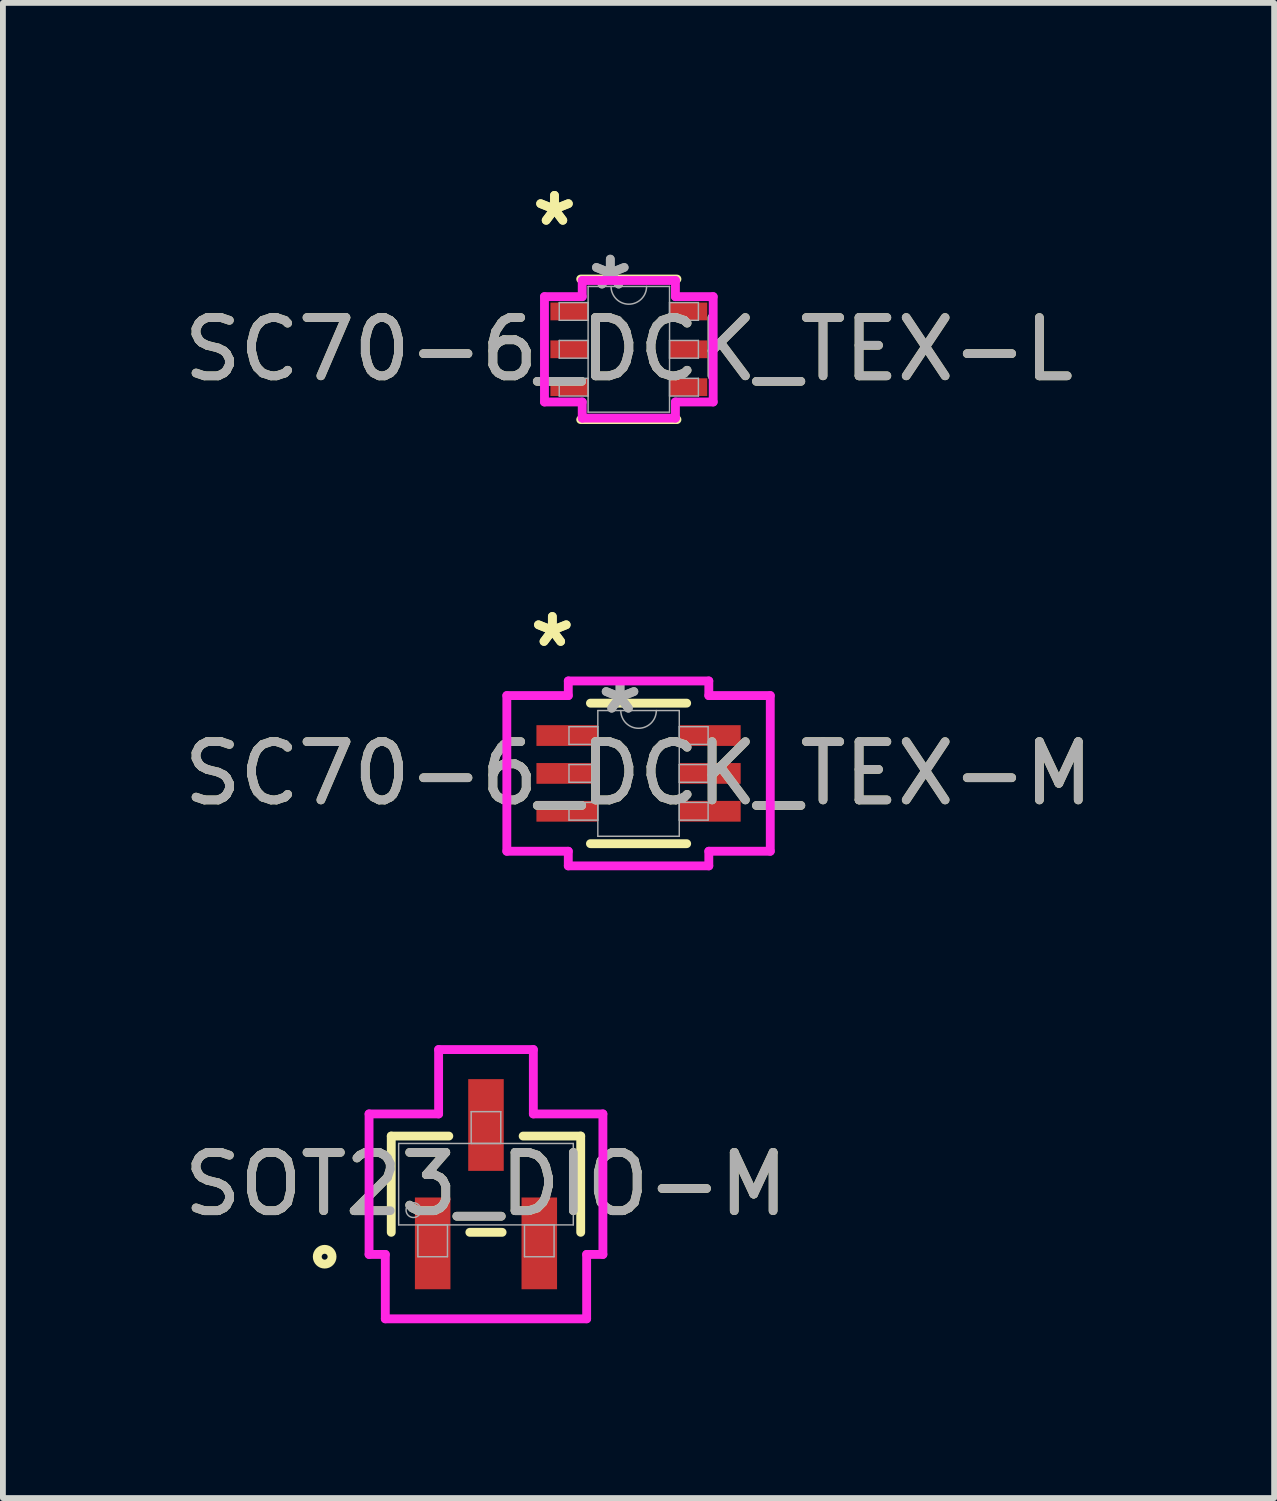
<source format=kicad_pcb>
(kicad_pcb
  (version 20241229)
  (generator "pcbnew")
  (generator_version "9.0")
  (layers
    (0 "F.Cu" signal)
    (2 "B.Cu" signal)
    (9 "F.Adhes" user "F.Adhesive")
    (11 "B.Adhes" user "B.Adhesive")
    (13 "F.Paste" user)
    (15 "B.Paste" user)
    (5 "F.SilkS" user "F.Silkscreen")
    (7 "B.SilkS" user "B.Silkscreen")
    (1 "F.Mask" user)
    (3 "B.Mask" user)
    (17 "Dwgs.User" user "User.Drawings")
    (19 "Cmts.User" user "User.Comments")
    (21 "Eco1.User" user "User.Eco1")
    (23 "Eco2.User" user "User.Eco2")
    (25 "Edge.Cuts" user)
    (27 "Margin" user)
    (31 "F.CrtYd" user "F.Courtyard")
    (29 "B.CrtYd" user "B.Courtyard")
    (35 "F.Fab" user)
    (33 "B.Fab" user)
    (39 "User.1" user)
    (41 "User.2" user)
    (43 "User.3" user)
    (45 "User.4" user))
  (footprint "SC70-6_DCK_TEX-M"
    (layer "F.Cu")
    (at 7.911 10.226)
    (property "Reference" "SC70-6_DCK_TEX-M" (at 0 0 0) (unlocked yes) (layer "F.SilkS") (effects (font (size 1 1) (thickness 0.15))))
    (attr smd)
    (fp_line (start -0.826 1.206) (end 0.826 1.206) (stroke (width 0.152) (type solid)) (layer "F.SilkS"))
    (fp_line (start 0.826 -1.206) (end -0.826 -1.206) (stroke (width 0.152) (type solid)) (layer "F.SilkS"))
    (fp_line (start -2.261 -1.336) (end -1.206 -1.336) (stroke (width 0.152) (type solid)) (layer "F.CrtYd"))
    (fp_line (start -2.261 1.336) (end -2.261 -1.336) (stroke (width 0.152) (type solid)) (layer "F.CrtYd"))
    (fp_line (start -2.261 1.336) (end -1.206 1.336) (stroke (width 0.152) (type solid)) (layer "F.CrtYd"))
    (fp_line (start -1.206 -1.587) (end 1.206 -1.587) (stroke (width 0.152) (type solid)) (layer "F.CrtYd"))
    (fp_line (start -1.206 -1.336) (end -1.206 -1.587) (stroke (width 0.152) (type solid)) (layer "F.CrtYd"))
    (fp_line (start -1.206 1.587) (end -1.206 1.336) (stroke (width 0.152) (type solid)) (layer "F.CrtYd"))
    (fp_line (start 1.206 -1.587) (end 1.206 -1.336) (stroke (width 0.152) (type solid)) (layer "F.CrtYd"))
    (fp_line (start 1.206 1.336) (end 1.206 1.587) (stroke (width 0.152) (type solid)) (layer "F.CrtYd"))
    (fp_line (start 1.206 1.587) (end -1.206 1.587) (stroke (width 0.152) (type solid)) (layer "F.CrtYd"))
    (fp_line (start 2.261 -1.336) (end 1.206 -1.336) (stroke (width 0.152) (type solid)) (layer "F.CrtYd"))
    (fp_line (start 2.261 -1.336) (end 2.261 1.336) (stroke (width 0.152) (type solid)) (layer "F.CrtYd"))
    (fp_line (start 2.261 1.336) (end 1.206 1.336) (stroke (width 0.152) (type solid)) (layer "F.CrtYd"))
    (fp_line (start -1.194 -0.802) (end -1.194 -0.498) (stroke (width 0.025) (type solid)) (layer "F.Fab"))
    (fp_line (start -1.194 -0.498) (end -0.699 -0.498) (stroke (width 0.025) (type solid)) (layer "F.Fab"))
    (fp_line (start -1.194 -0.152) (end -1.194 0.152) (stroke (width 0.025) (type solid)) (layer "F.Fab"))
    (fp_line (start -1.194 0.152) (end -0.699 0.152) (stroke (width 0.025) (type solid)) (layer "F.Fab"))
    (fp_line (start -1.194 0.498) (end -1.194 0.802) (stroke (width 0.025) (type solid)) (layer "F.Fab"))
    (fp_line (start -1.194 0.802) (end -0.699 0.802) (stroke (width 0.025) (type solid)) (layer "F.Fab"))
    (fp_line (start -0.699 -1.079) (end -0.699 1.079) (stroke (width 0.025) (type solid)) (layer "F.Fab"))
    (fp_line (start -0.699 -0.802) (end -1.194 -0.802) (stroke (width 0.025) (type solid)) (layer "F.Fab"))
    (fp_line (start -0.699 -0.498) (end -0.699 -0.802) (stroke (width 0.025) (type solid)) (layer "F.Fab"))
    (fp_line (start -0.699 -0.152) (end -1.194 -0.152) (stroke (width 0.025) (type solid)) (layer "F.Fab"))
    (fp_line (start -0.699 0.152) (end -0.699 -0.152) (stroke (width 0.025) (type solid)) (layer "F.Fab"))
    (fp_line (start -0.699 0.498) (end -1.194 0.498) (stroke (width 0.025) (type solid)) (layer "F.Fab"))
    (fp_line (start -0.699 0.802) (end -0.699 0.498) (stroke (width 0.025) (type solid)) (layer "F.Fab"))
    (fp_line (start -0.699 1.079) (end 0.699 1.079) (stroke (width 0.025) (type solid)) (layer "F.Fab"))
    (fp_line (start 0.699 -1.079) (end -0.699 -1.079) (stroke (width 0.025) (type solid)) (layer "F.Fab"))
    (fp_line (start 0.699 -0.802) (end 0.699 -0.498) (stroke (width 0.025) (type solid)) (layer "F.Fab"))
    (fp_line (start 0.699 -0.498) (end 1.194 -0.498) (stroke (width 0.025) (type solid)) (layer "F.Fab"))
    (fp_line (start 0.699 -0.152) (end 0.699 0.152) (stroke (width 0.025) (type solid)) (layer "F.Fab"))
    (fp_line (start 0.699 0.152) (end 1.194 0.152) (stroke (width 0.025) (type solid)) (layer "F.Fab"))
    (fp_line (start 0.699 0.498) (end 0.699 0.802) (stroke (width 0.025) (type solid)) (layer "F.Fab"))
    (fp_line (start 0.699 0.802) (end 1.194 0.802) (stroke (width 0.025) (type solid)) (layer "F.Fab"))
    (fp_line (start 0.699 1.079) (end 0.699 -1.079) (stroke (width 0.025) (type solid)) (layer "F.Fab"))
    (fp_line (start 1.194 -0.802) (end 0.699 -0.802) (stroke (width 0.025) (type solid)) (layer "F.Fab"))
    (fp_line (start 1.194 -0.498) (end 1.194 -0.802) (stroke (width 0.025) (type solid)) (layer "F.Fab"))
    (fp_line (start 1.194 -0.152) (end 0.699 -0.152) (stroke (width 0.025) (type solid)) (layer "F.Fab"))
    (fp_line (start 1.194 0.152) (end 1.194 -0.152) (stroke (width 0.025) (type solid)) (layer "F.Fab"))
    (fp_line (start 1.194 0.498) (end 0.699 0.498) (stroke (width 0.025) (type solid)) (layer "F.Fab"))
    (fp_line (start 1.194 0.802) (end 1.194 0.498) (stroke (width 0.025) (type solid)) (layer "F.Fab"))
    (fp_arc (start 0.3048 -1.0795) (mid 0 -0.7747) (end -0.3048 -1.0795) (stroke (width 0.0254) (type solid)) (layer "F.Fab"))
    (fp_text user "*" (at -1.48 -2.149 0) (unlocked yes) (layer "F.SilkS") (effects (font (size 1 1) (thickness 0.15))))
    (fp_text user "*" (at -1.48 -2.149 0) (layer "F.SilkS") (effects (font (size 1 1) (thickness 0.15))))
    (fp_text user "${REFERENCE}" (at 0 0 0) (unlocked yes) (layer "F.Fab") (effects (font (size 1 1) (thickness 0.15))))
    (fp_text user "*" (at -0.318 -1.003 0) (layer "F.Fab") (effects (font (size 1 1) (thickness 0.15))))
    (fp_text user "*" (at -0.318 -1.003 0) (unlocked yes) (layer "F.Fab") (effects (font (size 1 1) (thickness 0.15))))
    (pad "1" smd rect (at -1.226 -0.65) (size 1.054 0.356) (layers "F.Cu" "F.Mask" "F.Paste"))
    (pad "2" smd rect (at -1.226 0) (size 1.054 0.356) (layers "F.Cu" "F.Mask" "F.Paste"))
    (pad "3" smd rect (at -1.226 0.65) (size 1.054 0.356) (layers "F.Cu" "F.Mask" "F.Paste"))
    (pad "4" smd rect (at 1.226 0.65) (size 1.054 0.356) (layers "F.Cu" "F.Mask" "F.Paste"))
    (pad "5" smd rect (at 1.226 0) (size 1.054 0.356) (layers "F.Cu" "F.Mask" "F.Paste"))
    (pad "6" smd rect (at 1.226 -0.65) (size 1.054 0.356) (layers "F.Cu" "F.Mask" "F.Paste")))
  (footprint "SC70-6_DCK_TEX-L"
    (layer "F.Cu")
    (at 7.744 2.946)
    (property "Reference" "SC70-6_DCK_TEX-L" (at 0 0 0) (unlocked yes) (layer "F.SilkS") (effects (font (size 1 1) (thickness 0.15))))
    (attr smd)
    (fp_line (start -0.826 1.206) (end 0.826 1.206) (stroke (width 0.152) (type solid)) (layer "F.SilkS"))
    (fp_line (start 0.826 -1.206) (end -0.826 -1.206) (stroke (width 0.152) (type solid)) (layer "F.SilkS"))
    (fp_line (start -1.448 -0.904) (end -0.8 -0.904) (stroke (width 0.152) (type solid)) (layer "F.CrtYd"))
    (fp_line (start -1.448 0.904) (end -1.448 -0.904) (stroke (width 0.152) (type solid)) (layer "F.CrtYd"))
    (fp_line (start -1.448 0.904) (end -0.8 0.904) (stroke (width 0.152) (type solid)) (layer "F.CrtYd"))
    (fp_line (start -0.8 -1.181) (end 0.8 -1.181) (stroke (width 0.152) (type solid)) (layer "F.CrtYd"))
    (fp_line (start -0.8 -0.904) (end -0.8 -1.181) (stroke (width 0.152) (type solid)) (layer "F.CrtYd"))
    (fp_line (start -0.8 1.181) (end -0.8 0.904) (stroke (width 0.152) (type solid)) (layer "F.CrtYd"))
    (fp_line (start 0.8 -1.181) (end 0.8 -0.904) (stroke (width 0.152) (type solid)) (layer "F.CrtYd"))
    (fp_line (start 0.8 0.904) (end 0.8 1.181) (stroke (width 0.152) (type solid)) (layer "F.CrtYd"))
    (fp_line (start 0.8 1.181) (end -0.8 1.181) (stroke (width 0.152) (type solid)) (layer "F.CrtYd"))
    (fp_line (start 1.448 -0.904) (end 0.8 -0.904) (stroke (width 0.152) (type solid)) (layer "F.CrtYd"))
    (fp_line (start 1.448 -0.904) (end 1.448 0.904) (stroke (width 0.152) (type solid)) (layer "F.CrtYd"))
    (fp_line (start 1.448 0.904) (end 0.8 0.904) (stroke (width 0.152) (type solid)) (layer "F.CrtYd"))
    (fp_line (start -1.194 -0.802) (end -1.194 -0.498) (stroke (width 0.025) (type solid)) (layer "F.Fab"))
    (fp_line (start -1.194 -0.498) (end -0.699 -0.498) (stroke (width 0.025) (type solid)) (layer "F.Fab"))
    (fp_line (start -1.194 -0.152) (end -1.194 0.152) (stroke (width 0.025) (type solid)) (layer "F.Fab"))
    (fp_line (start -1.194 0.152) (end -0.699 0.152) (stroke (width 0.025) (type solid)) (layer "F.Fab"))
    (fp_line (start -1.194 0.498) (end -1.194 0.802) (stroke (width 0.025) (type solid)) (layer "F.Fab"))
    (fp_line (start -1.194 0.802) (end -0.699 0.802) (stroke (width 0.025) (type solid)) (layer "F.Fab"))
    (fp_line (start -0.699 -1.079) (end -0.699 1.079) (stroke (width 0.025) (type solid)) (layer "F.Fab"))
    (fp_line (start -0.699 -0.802) (end -1.194 -0.802) (stroke (width 0.025) (type solid)) (layer "F.Fab"))
    (fp_line (start -0.699 -0.498) (end -0.699 -0.802) (stroke (width 0.025) (type solid)) (layer "F.Fab"))
    (fp_line (start -0.699 -0.152) (end -1.194 -0.152) (stroke (width 0.025) (type solid)) (layer "F.Fab"))
    (fp_line (start -0.699 0.152) (end -0.699 -0.152) (stroke (width 0.025) (type solid)) (layer "F.Fab"))
    (fp_line (start -0.699 0.498) (end -1.194 0.498) (stroke (width 0.025) (type solid)) (layer "F.Fab"))
    (fp_line (start -0.699 0.802) (end -0.699 0.498) (stroke (width 0.025) (type solid)) (layer "F.Fab"))
    (fp_line (start -0.699 1.079) (end 0.699 1.079) (stroke (width 0.025) (type solid)) (layer "F.Fab"))
    (fp_line (start 0.699 -1.079) (end -0.699 -1.079) (stroke (width 0.025) (type solid)) (layer "F.Fab"))
    (fp_line (start 0.699 -0.802) (end 0.699 -0.498) (stroke (width 0.025) (type solid)) (layer "F.Fab"))
    (fp_line (start 0.699 -0.498) (end 1.194 -0.498) (stroke (width 0.025) (type solid)) (layer "F.Fab"))
    (fp_line (start 0.699 -0.152) (end 0.699 0.152) (stroke (width 0.025) (type solid)) (layer "F.Fab"))
    (fp_line (start 0.699 0.152) (end 1.194 0.152) (stroke (width 0.025) (type solid)) (layer "F.Fab"))
    (fp_line (start 0.699 0.498) (end 0.699 0.802) (stroke (width 0.025) (type solid)) (layer "F.Fab"))
    (fp_line (start 0.699 0.802) (end 1.194 0.802) (stroke (width 0.025) (type solid)) (layer "F.Fab"))
    (fp_line (start 0.699 1.079) (end 0.699 -1.079) (stroke (width 0.025) (type solid)) (layer "F.Fab"))
    (fp_line (start 1.194 -0.802) (end 0.699 -0.802) (stroke (width 0.025) (type solid)) (layer "F.Fab"))
    (fp_line (start 1.194 -0.498) (end 1.194 -0.802) (stroke (width 0.025) (type solid)) (layer "F.Fab"))
    (fp_line (start 1.194 -0.152) (end 0.699 -0.152) (stroke (width 0.025) (type solid)) (layer "F.Fab"))
    (fp_line (start 1.194 0.152) (end 1.194 -0.152) (stroke (width 0.025) (type solid)) (layer "F.Fab"))
    (fp_line (start 1.194 0.498) (end 0.699 0.498) (stroke (width 0.025) (type solid)) (layer "F.Fab"))
    (fp_line (start 1.194 0.802) (end 1.194 0.498) (stroke (width 0.025) (type solid)) (layer "F.Fab"))
    (fp_arc (start 0.3048 -1.0795) (mid 0 -0.7747) (end -0.3048 -1.0795) (stroke (width 0.0254) (type solid)) (layer "F.Fab"))
    (fp_text user "*" (at -1.276 -2.098 0) (unlocked yes) (layer "F.SilkS") (effects (font (size 1 1) (thickness 0.15))))
    (fp_text user "*" (at -1.276 -2.098 0) (layer "F.SilkS") (effects (font (size 1 1) (thickness 0.15))))
    (fp_text user "*" (at -0.318 -1.003 0) (unlocked yes) (layer "F.Fab") (effects (font (size 1 1) (thickness 0.15))))
    (fp_text user "*" (at -0.318 -1.003 0) (layer "F.Fab") (effects (font (size 1 1) (thickness 0.15))))
    (fp_text user "${REFERENCE}" (at 0 0 0) (unlocked yes) (layer "F.Fab") (effects (font (size 1 1) (thickness 0.15))))
    (pad "1" smd rect (at -1.022 -0.65) (size 0.648 0.305) (layers "F.Cu" "F.Mask" "F.Paste"))
    (pad "2" smd rect (at -1.022 0) (size 0.648 0.305) (layers "F.Cu" "F.Mask" "F.Paste"))
    (pad "3" smd rect (at -1.022 0.65) (size 0.648 0.305) (layers "F.Cu" "F.Mask" "F.Paste"))
    (pad "4" smd rect (at 1.022 0.65) (size 0.648 0.305) (layers "F.Cu" "F.Mask" "F.Paste"))
    (pad "5" smd rect (at 1.022 0) (size 0.648 0.305) (layers "F.Cu" "F.Mask" "F.Paste"))
    (pad "6" smd rect (at 1.022 -0.65) (size 0.648 0.305) (layers "F.Cu" "F.Mask" "F.Paste")))
  (footprint "SOT23_DIO-M"
    (layer "F.Cu")
    (at 5.292 17.277)
    (property "Reference" "SOT23_DIO-M" (at 0 0 0) (unlocked yes) (layer "F.SilkS") (effects (font (size 1 1) (thickness 0.15))))
    (attr smd)
    (fp_line (start -1.626 -0.826) (end -1.626 0.826) (stroke (width 0.152) (type solid)) (layer "F.SilkS"))
    (fp_line (start -0.638 -0.826) (end -1.626 -0.826) (stroke (width 0.152) (type solid)) (layer "F.SilkS"))
    (fp_line (start -0.277 0.826) (end 0.277 0.826) (stroke (width 0.152) (type solid)) (layer "F.SilkS"))
    (fp_line (start 1.626 -0.826) (end 0.638 -0.826) (stroke (width 0.152) (type solid)) (layer "F.SilkS"))
    (fp_line (start 1.626 0.826) (end 1.626 -0.826) (stroke (width 0.152) (type solid)) (layer "F.SilkS"))
    (fp_circle (center -2.769 1.245) (end -2.642 1.245) (stroke (width 0.152) (type solid)) (fill no) (layer "F.SilkS"))
    (fp_line (start -2.007 -1.206) (end -0.813 -1.206) (stroke (width 0.152) (type solid)) (layer "F.CrtYd"))
    (fp_line (start -2.007 1.206) (end -2.007 -1.206) (stroke (width 0.152) (type solid)) (layer "F.CrtYd"))
    (fp_line (start -2.007 1.206) (end -1.728 1.206) (stroke (width 0.152) (type solid)) (layer "F.CrtYd"))
    (fp_line (start -1.728 1.206) (end -1.728 2.311) (stroke (width 0.152) (type solid)) (layer "F.CrtYd"))
    (fp_line (start -1.728 2.311) (end 1.728 2.311) (stroke (width 0.152) (type solid)) (layer "F.CrtYd"))
    (fp_line (start -0.813 -2.311) (end 0.813 -2.311) (stroke (width 0.152) (type solid)) (layer "F.CrtYd"))
    (fp_line (start -0.813 -1.206) (end -0.813 -2.311) (stroke (width 0.152) (type solid)) (layer "F.CrtYd"))
    (fp_line (start 0.813 -1.206) (end 0.813 -2.311) (stroke (width 0.152) (type solid)) (layer "F.CrtYd"))
    (fp_line (start 1.728 1.206) (end 1.728 2.311) (stroke (width 0.152) (type solid)) (layer "F.CrtYd"))
    (fp_line (start 2.007 -1.206) (end 0.813 -1.206) (stroke (width 0.152) (type solid)) (layer "F.CrtYd"))
    (fp_line (start 2.007 -1.206) (end 2.007 1.206) (stroke (width 0.152) (type solid)) (layer "F.CrtYd"))
    (fp_line (start 2.007 1.206) (end 1.728 1.206) (stroke (width 0.152) (type solid)) (layer "F.CrtYd"))
    (fp_line (start -1.499 -0.699) (end -1.499 0.699) (stroke (width 0.025) (type solid)) (layer "F.Fab"))
    (fp_line (start -1.499 0.699) (end 1.499 0.699) (stroke (width 0.025) (type solid)) (layer "F.Fab"))
    (fp_line (start -1.169 0.699) (end -1.169 1.245) (stroke (width 0.025) (type solid)) (layer "F.Fab"))
    (fp_line (start -1.169 1.245) (end -0.661 1.245) (stroke (width 0.025) (type solid)) (layer "F.Fab"))
    (fp_line (start -0.661 0.699) (end -1.169 0.699) (stroke (width 0.025) (type solid)) (layer "F.Fab"))
    (fp_line (start -0.661 1.245) (end -0.661 0.699) (stroke (width 0.025) (type solid)) (layer "F.Fab"))
    (fp_line (start -0.254 -1.245) (end -0.254 -0.699) (stroke (width 0.025) (type solid)) (layer "F.Fab"))
    (fp_line (start -0.254 -0.699) (end 0.254 -0.699) (stroke (width 0.025) (type solid)) (layer "F.Fab"))
    (fp_line (start 0.254 -1.245) (end -0.254 -1.245) (stroke (width 0.025) (type solid)) (layer "F.Fab"))
    (fp_line (start 0.254 -0.699) (end 0.254 -1.245) (stroke (width 0.025) (type solid)) (layer "F.Fab"))
    (fp_line (start 0.661 0.699) (end 0.661 1.245) (stroke (width 0.025) (type solid)) (layer "F.Fab"))
    (fp_line (start 0.661 1.245) (end 1.169 1.245) (stroke (width 0.025) (type solid)) (layer "F.Fab"))
    (fp_line (start 1.169 0.699) (end 0.661 0.699) (stroke (width 0.025) (type solid)) (layer "F.Fab"))
    (fp_line (start 1.169 1.245) (end 1.169 0.699) (stroke (width 0.025) (type solid)) (layer "F.Fab"))
    (fp_line (start 1.499 -0.699) (end -1.499 -0.699) (stroke (width 0.025) (type solid)) (layer "F.Fab"))
    (fp_line (start 1.499 0.699) (end 1.499 -0.699) (stroke (width 0.025) (type solid)) (layer "F.Fab"))
    (fp_circle (center -1.245 0.445) (end -1.118 0.445) (stroke (width 0.025) (type solid)) (fill no) (layer "F.Fab"))
    (fp_text user "${REFERENCE}" (at 0 0 0) (unlocked yes) (layer "F.Fab") (effects (font (size 1 1) (thickness 0.15))))
    (pad "1" smd rect (at -0.915 1.016) (size 0.61 1.575) (layers "F.Cu" "F.Mask" "F.Paste"))
    (pad "2" smd rect (at 0.915 1.016) (size 0.61 1.575) (layers "F.Cu" "F.Mask" "F.Paste"))
    (pad "3" smd rect (at 0 -1.016) (size 0.61 1.575) (layers "F.Cu" "F.Mask" "F.Paste")))
  (gr_rect
    (start -3 -3)
    (end 18.821 22.665)
    (stroke (width 0.1) (type default))
    (fill no)
    (layer "Edge.Cuts")))
</source>
